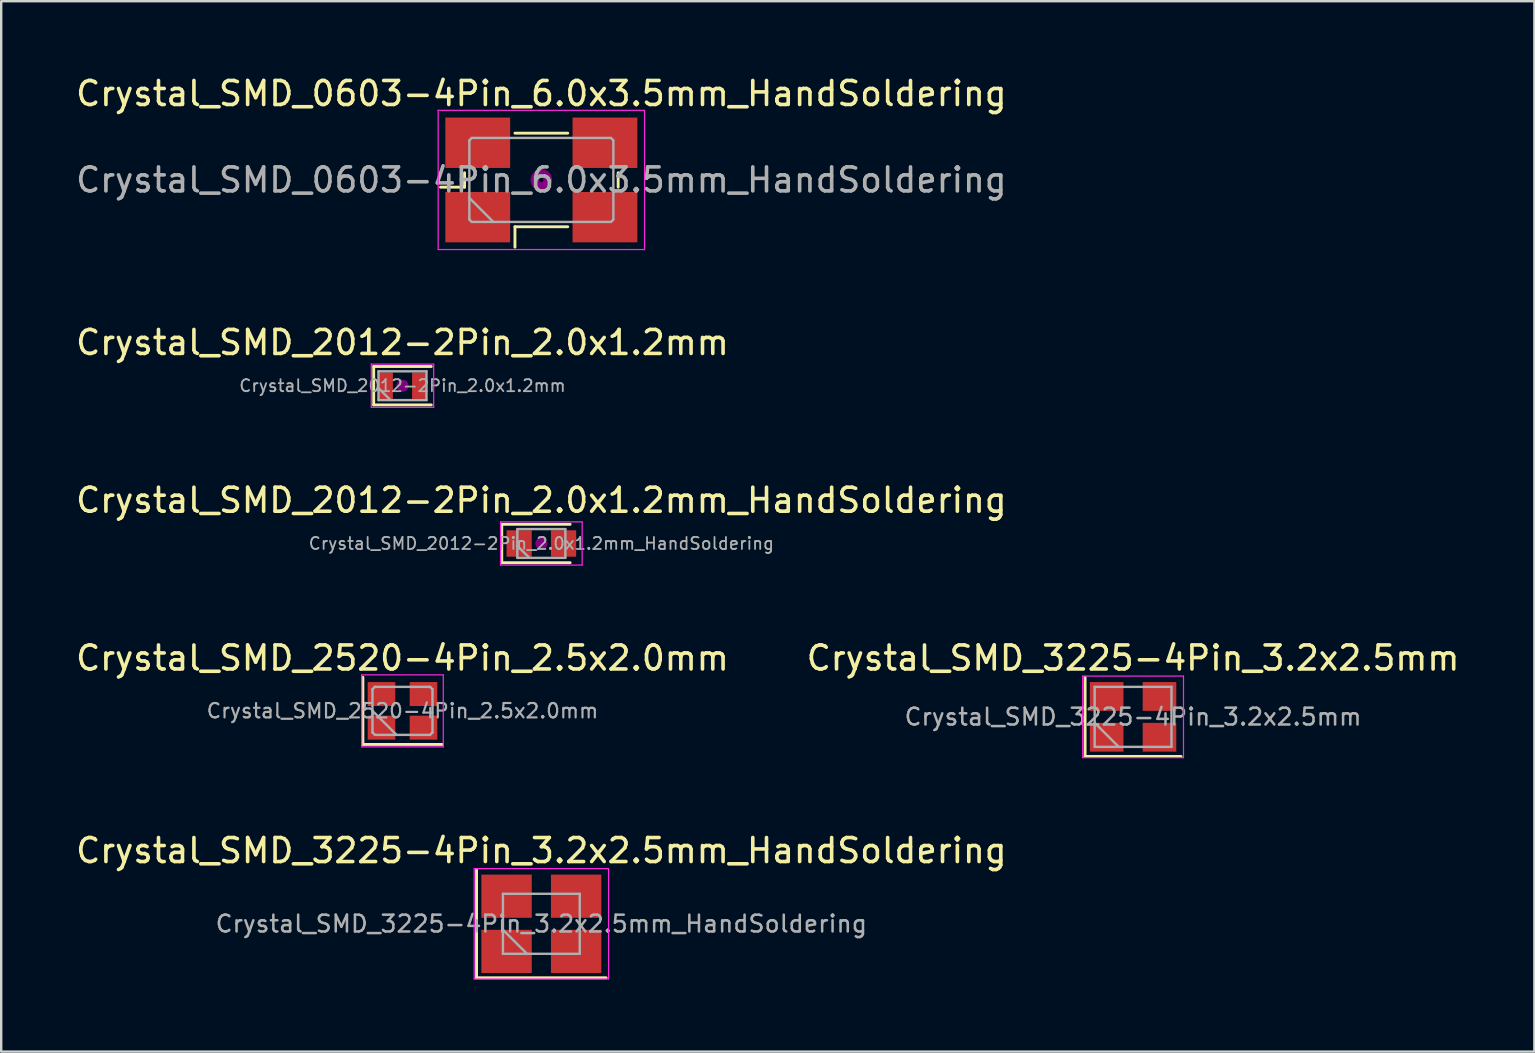
<source format=kicad_pcb>
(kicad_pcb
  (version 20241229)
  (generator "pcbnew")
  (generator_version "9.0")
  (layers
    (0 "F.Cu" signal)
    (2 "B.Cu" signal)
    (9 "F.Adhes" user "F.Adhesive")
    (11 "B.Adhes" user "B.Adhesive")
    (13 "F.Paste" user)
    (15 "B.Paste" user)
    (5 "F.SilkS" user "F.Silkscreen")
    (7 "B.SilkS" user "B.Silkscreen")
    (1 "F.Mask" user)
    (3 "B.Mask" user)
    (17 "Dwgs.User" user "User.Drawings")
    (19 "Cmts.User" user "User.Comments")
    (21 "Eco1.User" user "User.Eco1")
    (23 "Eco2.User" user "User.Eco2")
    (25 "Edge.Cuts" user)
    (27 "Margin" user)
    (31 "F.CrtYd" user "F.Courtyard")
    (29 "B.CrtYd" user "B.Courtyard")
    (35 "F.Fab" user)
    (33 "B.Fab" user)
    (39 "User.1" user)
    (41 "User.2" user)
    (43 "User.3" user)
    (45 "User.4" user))
  (footprint "Crystal_SMD_3225-4Pin_3.2x2.5mm_HandSoldering"
    (layer "F.Cu")
    (at 19.506 35.441)
    (property "Reference" "Crystal_SMD_3225-4Pin_3.2x2.5mm_HandSoldering" (at 0 -3.05 0) (layer "F.SilkS") (effects (font (size 1 1) (thickness 0.15))))
    (attr smd)
    (fp_line (start -2.7 -2.25) (end -2.7 2.25) (stroke (width 0.12) (type solid)) (layer "F.SilkS"))
    (fp_line (start -2.7 2.25) (end 2.7 2.25) (stroke (width 0.12) (type solid)) (layer "F.SilkS"))
    (fp_line (start -2.8 -2.3) (end -2.8 2.3) (stroke (width 0.05) (type solid)) (layer "F.CrtYd"))
    (fp_line (start -2.8 2.3) (end 2.8 2.3) (stroke (width 0.05) (type solid)) (layer "F.CrtYd"))
    (fp_line (start 2.8 -2.3) (end -2.8 -2.3) (stroke (width 0.05) (type solid)) (layer "F.CrtYd"))
    (fp_line (start 2.8 2.3) (end 2.8 -2.3) (stroke (width 0.05) (type solid)) (layer "F.CrtYd"))
    (fp_line (start -1.6 -1.25) (end -1.6 1.25) (stroke (width 0.1) (type solid)) (layer "F.Fab"))
    (fp_line (start -1.6 0.25) (end -0.6 1.25) (stroke (width 0.1) (type solid)) (layer "F.Fab"))
    (fp_line (start -1.6 1.25) (end 1.6 1.25) (stroke (width 0.1) (type solid)) (layer "F.Fab"))
    (fp_line (start 1.6 -1.25) (end -1.6 -1.25) (stroke (width 0.1) (type solid)) (layer "F.Fab"))
    (fp_line (start 1.6 1.25) (end 1.6 -1.25) (stroke (width 0.1) (type solid)) (layer "F.Fab"))
    (fp_text user "${REFERENCE}" (at 0 0 0) (layer "F.Fab") (effects (font (size 0.7 0.7) (thickness 0.105))))
    (pad "1" smd rect (at -1.45 1.15) (size 2.1 1.8) (layers "F.Cu" "F.Mask" "F.Paste"))
    (pad "2" smd rect (at 1.45 1.15) (size 2.1 1.8) (layers "F.Cu" "F.Mask" "F.Paste"))
    (pad "3" smd rect (at 1.45 -1.15) (size 2.1 1.8) (layers "F.Cu" "F.Mask" "F.Paste"))
    (pad "4" smd rect (at -1.45 -1.15) (size 2.1 1.8) (layers "F.Cu" "F.Mask" "F.Paste")))
  (footprint "Crystal_SMD_2520-4Pin_2.5x2.0mm"
    (layer "F.Cu")
    (at 13.72 26.568)
    (property "Reference" "Crystal_SMD_2520-4Pin_2.5x2.0mm" (at 0 -2.2 0) (layer "F.SilkS") (effects (font (size 1 1) (thickness 0.15))))
    (attr smd)
    (fp_line (start -1.65 -1.4) (end -1.65 1.4) (stroke (width 0.12) (type solid)) (layer "F.SilkS"))
    (fp_line (start -1.65 1.4) (end 1.65 1.4) (stroke (width 0.12) (type solid)) (layer "F.SilkS"))
    (fp_line (start -1.7 -1.5) (end -1.7 1.5) (stroke (width 0.05) (type solid)) (layer "F.CrtYd"))
    (fp_line (start -1.7 1.5) (end 1.7 1.5) (stroke (width 0.05) (type solid)) (layer "F.CrtYd"))
    (fp_line (start 1.7 -1.5) (end -1.7 -1.5) (stroke (width 0.05) (type solid)) (layer "F.CrtYd"))
    (fp_line (start 1.7 1.5) (end 1.7 -1.5) (stroke (width 0.05) (type solid)) (layer "F.CrtYd"))
    (fp_line (start -1.25 -0.9) (end -1.15 -1) (stroke (width 0.1) (type solid)) (layer "F.Fab"))
    (fp_line (start -1.25 0) (end -0.25 1) (stroke (width 0.1) (type solid)) (layer "F.Fab"))
    (fp_line (start -1.25 0.9) (end -1.25 -0.9) (stroke (width 0.1) (type solid)) (layer "F.Fab"))
    (fp_line (start -1.15 -1) (end 1.15 -1) (stroke (width 0.1) (type solid)) (layer "F.Fab"))
    (fp_line (start -1.15 1) (end -1.25 0.9) (stroke (width 0.1) (type solid)) (layer "F.Fab"))
    (fp_line (start 1.15 -1) (end 1.25 -0.9) (stroke (width 0.1) (type solid)) (layer "F.Fab"))
    (fp_line (start 1.15 1) (end -1.15 1) (stroke (width 0.1) (type solid)) (layer "F.Fab"))
    (fp_line (start 1.25 -0.9) (end 1.25 0.9) (stroke (width 0.1) (type solid)) (layer "F.Fab"))
    (fp_line (start 1.25 0.9) (end 1.15 1) (stroke (width 0.1) (type solid)) (layer "F.Fab"))
    (fp_text user "${REFERENCE}" (at 0 0 0) (layer "F.Fab") (effects (font (size 0.6 0.6) (thickness 0.09))))
    (pad "1" smd rect (at -0.875 0.7) (size 1.15 1) (layers "F.Cu" "F.Mask" "F.Paste"))
    (pad "2" smd rect (at 0.875 0.7) (size 1.15 1) (layers "F.Cu" "F.Mask" "F.Paste"))
    (pad "3" smd rect (at 0.875 -0.7) (size 1.15 1) (layers "F.Cu" "F.Mask" "F.Paste"))
    (pad "4" smd rect (at -0.875 -0.7) (size 1.15 1) (layers "F.Cu" "F.Mask" "F.Paste")))
  (footprint "Crystal_SMD_3225-4Pin_3.2x2.5mm"
    (layer "F.Cu")
    (at 44.161 26.818)
    (property "Reference" "Crystal_SMD_3225-4Pin_3.2x2.5mm" (at 0 -2.45 0) (layer "F.SilkS") (effects (font (size 1 1) (thickness 0.15))))
    (attr smd)
    (fp_line (start -2 -1.65) (end -2 1.65) (stroke (width 0.12) (type solid)) (layer "F.SilkS"))
    (fp_line (start -2 1.65) (end 2 1.65) (stroke (width 0.12) (type solid)) (layer "F.SilkS"))
    (fp_line (start -2.1 -1.7) (end -2.1 1.7) (stroke (width 0.05) (type solid)) (layer "F.CrtYd"))
    (fp_line (start -2.1 1.7) (end 2.1 1.7) (stroke (width 0.05) (type solid)) (layer "F.CrtYd"))
    (fp_line (start 2.1 -1.7) (end -2.1 -1.7) (stroke (width 0.05) (type solid)) (layer "F.CrtYd"))
    (fp_line (start 2.1 1.7) (end 2.1 -1.7) (stroke (width 0.05) (type solid)) (layer "F.CrtYd"))
    (fp_line (start -1.6 -1.25) (end -1.6 1.25) (stroke (width 0.1) (type solid)) (layer "F.Fab"))
    (fp_line (start -1.6 0.25) (end -0.6 1.25) (stroke (width 0.1) (type solid)) (layer "F.Fab"))
    (fp_line (start -1.6 1.25) (end 1.6 1.25) (stroke (width 0.1) (type solid)) (layer "F.Fab"))
    (fp_line (start 1.6 -1.25) (end -1.6 -1.25) (stroke (width 0.1) (type solid)) (layer "F.Fab"))
    (fp_line (start 1.6 1.25) (end 1.6 -1.25) (stroke (width 0.1) (type solid)) (layer "F.Fab"))
    (fp_text user "${REFERENCE}" (at 0 0 0) (layer "F.Fab") (effects (font (size 0.7 0.7) (thickness 0.105))))
    (pad "1" smd rect (at -1.1 0.85) (size 1.4 1.2) (layers "F.Cu" "F.Mask" "F.Paste"))
    (pad "2" smd rect (at 1.1 0.85) (size 1.4 1.2) (layers "F.Cu" "F.Mask" "F.Paste"))
    (pad "3" smd rect (at 1.1 -0.85) (size 1.4 1.2) (layers "F.Cu" "F.Mask" "F.Paste"))
    (pad "4" smd rect (at -1.1 -0.85) (size 1.4 1.2) (layers "F.Cu" "F.Mask" "F.Paste")))
  (footprint "Crystal_SMD_2012-2Pin_2.0x1.2mm"
    (layer "F.Cu")
    (at 13.72 13.021)
    (property "Reference" "Crystal_SMD_2012-2Pin_2.0x1.2mm" (at 0 -1.8 0) (layer "F.SilkS") (effects (font (size 1 1) (thickness 0.15))))
    (attr smd)
    (fp_line (start -1.2 -0.8) (end -1.2 0.8) (stroke (width 0.12) (type solid)) (layer "F.SilkS"))
    (fp_line (start -1.2 0.8) (end 1.2 0.8) (stroke (width 0.12) (type solid)) (layer "F.SilkS"))
    (fp_line (start 1.2 -0.8) (end -1.2 -0.8) (stroke (width 0.12) (type solid)) (layer "F.SilkS"))
    (fp_circle (center 0 0) (end 0.047 0) (stroke (width 0.093) (type solid)) (fill no) (layer "F.Adhes"))
    (fp_circle (center 0 0) (end 0.107 0) (stroke (width 0.067) (type solid)) (fill no) (layer "F.Adhes"))
    (fp_circle (center 0 0) (end 0.167 0) (stroke (width 0.067) (type solid)) (fill no) (layer "F.Adhes"))
    (fp_circle (center 0 0) (end 0.2 0) (stroke (width 0.1) (type solid)) (fill no) (layer "F.Adhes"))
    (fp_line (start -1.3 -0.9) (end -1.3 0.9) (stroke (width 0.05) (type solid)) (layer "F.CrtYd"))
    (fp_line (start -1.3 0.9) (end 1.3 0.9) (stroke (width 0.05) (type solid)) (layer "F.CrtYd"))
    (fp_line (start 1.3 -0.9) (end -1.3 -0.9) (stroke (width 0.05) (type solid)) (layer "F.CrtYd"))
    (fp_line (start 1.3 0.9) (end 1.3 -0.9) (stroke (width 0.05) (type solid)) (layer "F.CrtYd"))
    (fp_line (start -1 -0.6) (end -1 0.6) (stroke (width 0.1) (type solid)) (layer "F.Fab"))
    (fp_line (start -1 0.1) (end -0.5 0.6) (stroke (width 0.1) (type solid)) (layer "F.Fab"))
    (fp_line (start -1 0.6) (end 1 0.6) (stroke (width 0.1) (type solid)) (layer "F.Fab"))
    (fp_line (start 1 -0.6) (end -1 -0.6) (stroke (width 0.1) (type solid)) (layer "F.Fab"))
    (fp_line (start 1 0.6) (end 1 -0.6) (stroke (width 0.1) (type solid)) (layer "F.Fab"))
    (fp_text user "${REFERENCE}" (at 0 0 0) (layer "F.Fab") (effects (font (size 0.5 0.5) (thickness 0.075))))
    (pad "1" smd rect (at -0.7 0) (size 0.6 1.1) (layers "F.Cu" "F.Mask" "F.Paste"))
    (pad "2" smd rect (at 0.7 0) (size 0.6 1.1) (layers "F.Cu" "F.Mask" "F.Paste")))
  (footprint "Crystal_SMD_0603-4Pin_6.0x3.5mm_HandSoldering"
    (layer "F.Cu")
    (at 19.506 4.448)
    (property "Reference" "Crystal_SMD_0603-4Pin_6.0x3.5mm_HandSoldering" (at 0 -3.6 0) (layer "F.SilkS") (effects (font (size 1 1) (thickness 0.15))))
    (attr smd)
    (fp_line (start -4.2 0.3) (end -3.2 0.3) (stroke (width 0.12) (type solid)) (layer "F.SilkS"))
    (fp_line (start -3.2 0.3) (end -3.2 -0.3) (stroke (width 0.12) (type solid)) (layer "F.SilkS"))
    (fp_line (start -1.1 -1.95) (end 1.1 -1.95) (stroke (width 0.12) (type solid)) (layer "F.SilkS"))
    (fp_line (start -1.1 1.95) (end -1.1 2.8) (stroke (width 0.12) (type solid)) (layer "F.SilkS"))
    (fp_line (start 1.1 1.95) (end -1.1 1.95) (stroke (width 0.12) (type solid)) (layer "F.SilkS"))
    (fp_line (start 3.2 -0.3) (end 3.2 0.3) (stroke (width 0.12) (type solid)) (layer "F.SilkS"))
    (fp_circle (center 0 0) (end 0.093 0) (stroke (width 0.187) (type solid)) (fill no) (layer "F.Adhes"))
    (fp_circle (center 0 0) (end 0.213 0) (stroke (width 0.133) (type solid)) (fill no) (layer "F.Adhes"))
    (fp_circle (center 0 0) (end 0.333 0) (stroke (width 0.133) (type solid)) (fill no) (layer "F.Adhes"))
    (fp_circle (center 0 0) (end 0.4 0) (stroke (width 0.1) (type solid)) (fill no) (layer "F.Adhes"))
    (fp_line (start -4.3 -2.9) (end -4.3 2.9) (stroke (width 0.05) (type solid)) (layer "F.CrtYd"))
    (fp_line (start -4.3 2.9) (end 4.3 2.9) (stroke (width 0.05) (type solid)) (layer "F.CrtYd"))
    (fp_line (start 4.3 -2.9) (end -4.3 -2.9) (stroke (width 0.05) (type solid)) (layer "F.CrtYd"))
    (fp_line (start 4.3 2.9) (end 4.3 -2.9) (stroke (width 0.05) (type solid)) (layer "F.CrtYd"))
    (fp_line (start -3 -1.65) (end -2.9 -1.75) (stroke (width 0.1) (type solid)) (layer "F.Fab"))
    (fp_line (start -3 0.75) (end -2 1.75) (stroke (width 0.1) (type solid)) (layer "F.Fab"))
    (fp_line (start -3 1.65) (end -3 -1.65) (stroke (width 0.1) (type solid)) (layer "F.Fab"))
    (fp_line (start -2.9 -1.75) (end 2.9 -1.75) (stroke (width 0.1) (type solid)) (layer "F.Fab"))
    (fp_line (start -2.9 1.75) (end -3 1.65) (stroke (width 0.1) (type solid)) (layer "F.Fab"))
    (fp_line (start 2.9 -1.75) (end 3 -1.65) (stroke (width 0.1) (type solid)) (layer "F.Fab"))
    (fp_line (start 2.9 1.75) (end -2.9 1.75) (stroke (width 0.1) (type solid)) (layer "F.Fab"))
    (fp_line (start 3 -1.65) (end 3 1.65) (stroke (width 0.1) (type solid)) (layer "F.Fab"))
    (fp_line (start 3 1.65) (end 2.9 1.75) (stroke (width 0.1) (type solid)) (layer "F.Fab"))
    (fp_text user "${REFERENCE}" (at 0 0 0) (layer "F.Fab") (effects (font (size 1 1) (thickness 0.15))))
    (pad "1" smd rect (at -2.65 1.55) (size 2.7 2.1) (layers "F.Cu" "F.Mask" "F.Paste"))
    (pad "2" smd rect (at 2.65 1.55) (size 2.7 2.1) (layers "F.Cu" "F.Mask" "F.Paste"))
    (pad "3" smd rect (at 2.65 -1.55) (size 2.7 2.1) (layers "F.Cu" "F.Mask" "F.Paste"))
    (pad "4" smd rect (at -2.65 -1.55) (size 2.7 2.1) (layers "F.Cu" "F.Mask" "F.Paste")))
  (footprint "Crystal_SMD_2012-2Pin_2.0x1.2mm_HandSoldering"
    (layer "F.Cu")
    (at 19.506 19.595)
    (property "Reference" "Crystal_SMD_2012-2Pin_2.0x1.2mm_HandSoldering" (at 0 -1.8 0) (layer "F.SilkS") (effects (font (size 1 1) (thickness 0.15))))
    (attr smd)
    (fp_line (start -1.65 -0.8) (end -1.65 0.8) (stroke (width 0.12) (type solid)) (layer "F.SilkS"))
    (fp_line (start -1.65 0.8) (end 1.2 0.8) (stroke (width 0.12) (type solid)) (layer "F.SilkS"))
    (fp_line (start 1.2 -0.8) (end -1.65 -0.8) (stroke (width 0.12) (type solid)) (layer "F.SilkS"))
    (fp_circle (center 0 0) (end 0.047 0) (stroke (width 0.093) (type solid)) (fill no) (layer "F.Adhes"))
    (fp_circle (center 0 0) (end 0.107 0) (stroke (width 0.067) (type solid)) (fill no) (layer "F.Adhes"))
    (fp_circle (center 0 0) (end 0.167 0) (stroke (width 0.067) (type solid)) (fill no) (layer "F.Adhes"))
    (fp_circle (center 0 0) (end 0.2 0) (stroke (width 0.1) (type solid)) (fill no) (layer "F.Adhes"))
    (fp_line (start -1.7 -0.9) (end -1.7 0.9) (stroke (width 0.05) (type solid)) (layer "F.CrtYd"))
    (fp_line (start -1.7 0.9) (end 1.7 0.9) (stroke (width 0.05) (type solid)) (layer "F.CrtYd"))
    (fp_line (start 1.7 -0.9) (end -1.7 -0.9) (stroke (width 0.05) (type solid)) (layer "F.CrtYd"))
    (fp_line (start 1.7 0.9) (end 1.7 -0.9) (stroke (width 0.05) (type solid)) (layer "F.CrtYd"))
    (fp_line (start -1 -0.6) (end -1 0.6) (stroke (width 0.1) (type solid)) (layer "F.Fab"))
    (fp_line (start -1 0.1) (end -0.5 0.6) (stroke (width 0.1) (type solid)) (layer "F.Fab"))
    (fp_line (start -1 0.6) (end 1 0.6) (stroke (width 0.1) (type solid)) (layer "F.Fab"))
    (fp_line (start 1 -0.6) (end -1 -0.6) (stroke (width 0.1) (type solid)) (layer "F.Fab"))
    (fp_line (start 1 0.6) (end 1 -0.6) (stroke (width 0.1) (type solid)) (layer "F.Fab"))
    (fp_text user "${REFERENCE}" (at 0 0 0) (layer "F.Fab") (effects (font (size 0.5 0.5) (thickness 0.075))))
    (pad "1" smd rect (at -0.925 0) (size 1.05 1.1) (layers "F.Cu" "F.Mask" "F.Paste"))
    (pad "2" smd rect (at 0.925 0) (size 1.05 1.1) (layers "F.Cu" "F.Mask" "F.Paste")))
  (gr_rect
    (start -3 -3)
    (end 60.881 40.766)
    (stroke (width 0.1) (type default))
    (fill no)
    (layer "Edge.Cuts")))
</source>
